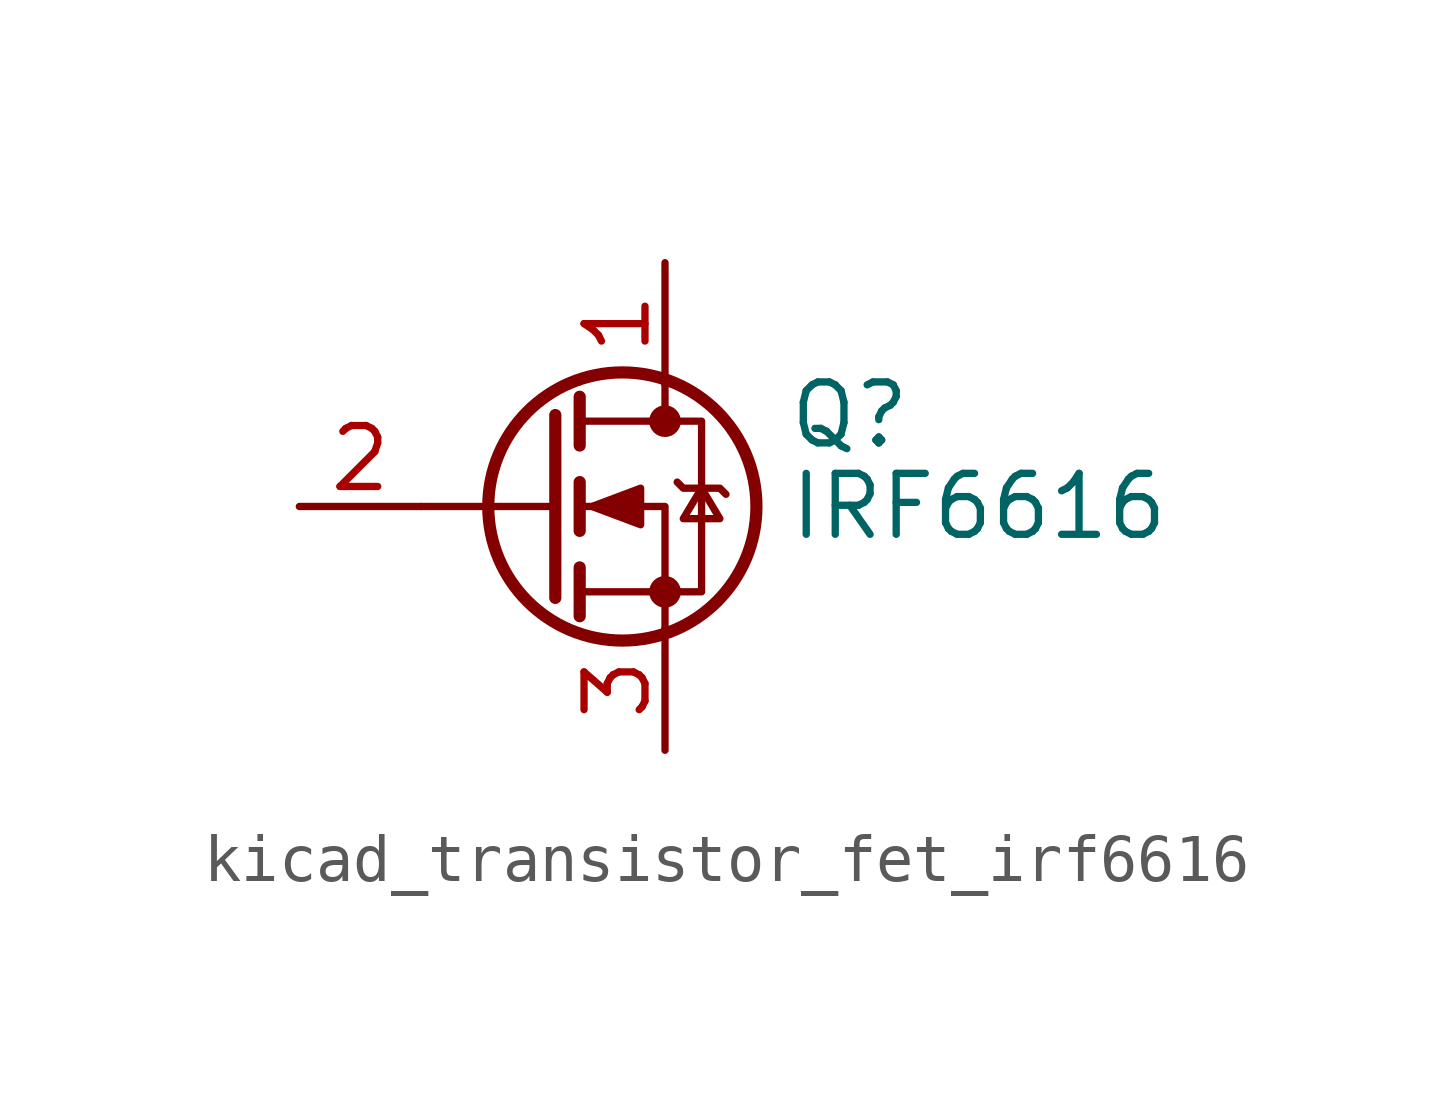
<source format=kicad_sym>
(kicad_symbol_lib
  (version 20220914)
  (generator kicad_symbol_editor)
  (symbol "kicad_transistor_fet_irf6616"
    (pin_names hide)
    (property "Reference" "Q"
      (at 5.08 1.905 0)
      (effects (font (size 1.27 1.27)) (justify left)))
    (property "Value" "IRF6616"
      (at 5.08 0 0)
      (effects (font (size 1.27 1.27)) (justify left)))
    (symbol "kicad_transistor_fet_irf6616_0_1"
      (polyline (pts (xy 0.254 0) (xy -2.54 0)) (stroke (width 0) (type default)) (fill (type none)))
      (polyline (pts (xy 0.254 1.905) (xy 0.254 -1.905)) (stroke (width 0.254) (type default)) (fill (type none)))
      (polyline (pts (xy 0.762 -1.27) (xy 0.762 -2.286)) (stroke (width 0.254) (type default)) (fill (type none)))
      (polyline (pts (xy 0.762 0.508) (xy 0.762 -0.508)) (stroke (width 0.254) (type default)) (fill (type none)))
      (polyline (pts (xy 0.762 2.286) (xy 0.762 1.27)) (stroke (width 0.254) (type default)) (fill (type none)))
      (polyline (pts (xy 2.54 2.54) (xy 2.54 1.778)) (stroke (width 0) (type default)) (fill (type none)))
      (polyline (pts (xy 2.54 -2.54) (xy 2.54 0) (xy 0.762 0)) (stroke (width 0) (type default)) (fill (type none)))
      (polyline (pts (xy 0.762 -1.778) (xy 3.302 -1.778) (xy 3.302 1.778) (xy 0.762 1.778)) (stroke (width 0) (type default)) (fill (type none)))
      (polyline (pts (xy 1.016 0) (xy 2.032 0.381) (xy 2.032 -0.381) (xy 1.016 0)) (stroke (width 0) (type default)) (fill (type outline)))
      (polyline (pts (xy 2.794 0.508) (xy 2.921 0.381) (xy 3.683 0.381) (xy 3.81 0.254)) (stroke (width 0) (type default)) (fill (type none)))
      (polyline (pts (xy 3.302 0.381) (xy 2.921 -0.254) (xy 3.683 -0.254) (xy 3.302 0.381)) (stroke (width 0) (type default)) (fill (type none)))
      (circle (center 1.651 0) (radius 2.794) (stroke (width 0.254) (type default)) (fill (type none)))
      (circle (center 2.54 -1.778) (radius 0.254) (stroke (width 0) (type default)) (fill (type outline)))
      (circle (center 2.54 1.778) (radius 0.254) (stroke (width 0) (type default)) (fill (type outline))))
    (symbol "kicad_transistor_fet_irf6616_1_1"
      (pin passive line (at 2.54 5.08 270) (length 2.54) (name "D" (effects (font (size 1.27 1.27)))) (number "1" (effects (font (size 1.27 1.27)))))
      (pin input line (at -5.08 0 0) (length 2.54) (name "G" (effects (font (size 1.27 1.27)))) (number "2" (effects (font (size 1.27 1.27)))))
      (pin passive line (at 2.54 -5.08 90) (length 2.54) (name "S" (effects (font (size 1.27 1.27)))) (number "3" (effects (font (size 1.27 1.27))))))))
</source>
